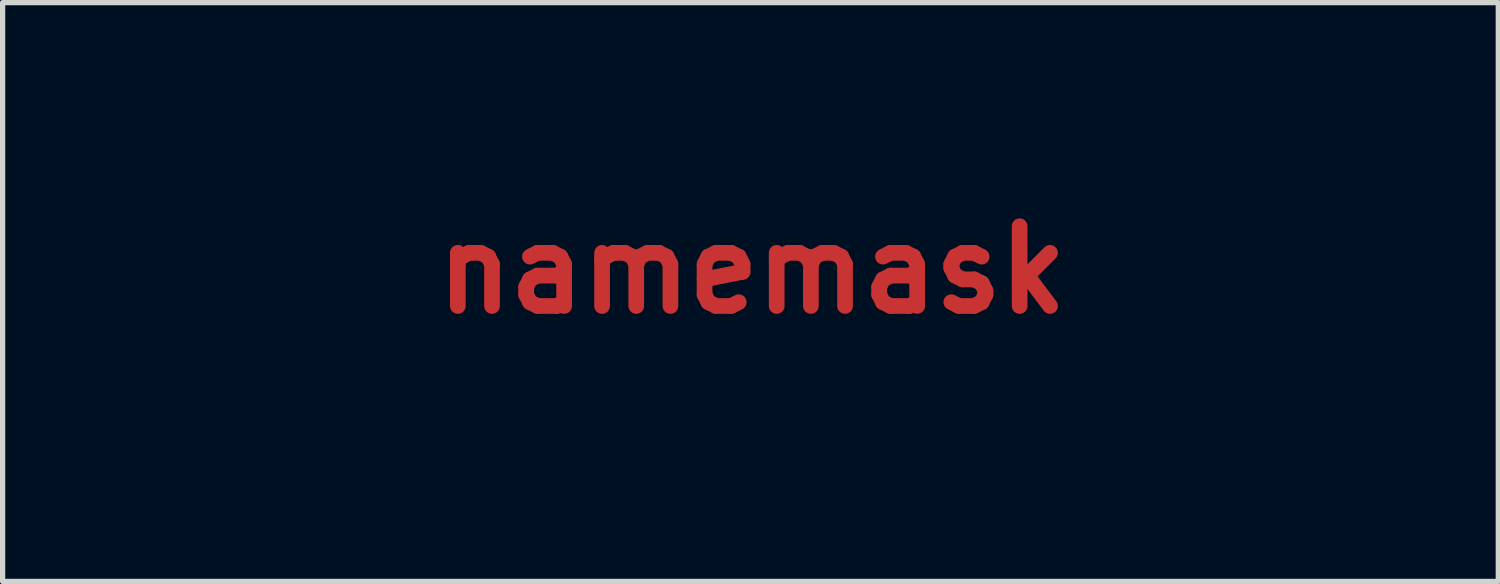
<source format=kicad_pcb>
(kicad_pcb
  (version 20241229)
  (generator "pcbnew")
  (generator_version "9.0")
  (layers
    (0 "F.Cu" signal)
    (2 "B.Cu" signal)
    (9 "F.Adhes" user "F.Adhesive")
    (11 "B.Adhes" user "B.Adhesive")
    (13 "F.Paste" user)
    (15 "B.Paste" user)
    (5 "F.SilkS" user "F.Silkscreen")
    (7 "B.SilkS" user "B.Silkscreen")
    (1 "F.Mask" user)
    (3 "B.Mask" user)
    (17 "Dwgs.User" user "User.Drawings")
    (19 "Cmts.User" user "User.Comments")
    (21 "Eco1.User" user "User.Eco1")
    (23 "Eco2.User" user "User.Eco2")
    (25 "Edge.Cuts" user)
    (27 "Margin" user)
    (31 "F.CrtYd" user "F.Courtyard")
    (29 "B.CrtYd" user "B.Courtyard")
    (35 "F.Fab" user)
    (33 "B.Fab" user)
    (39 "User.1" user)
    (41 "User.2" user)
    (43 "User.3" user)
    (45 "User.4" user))
  (footprint "namemask"
    (layer "F.Cu")
    (at 11.327 2.11)
    (property "Reference" "namemask" (at 0 0 0) (layer "F.Cu") (effects (font (size 1.524 1.524) (thickness 0.3))))
    (attr through_hole)
    (fp_poly (pts (xy -1.234 2.25) (xy -0.218 2.25) (xy -0.218 2.903) (xy -3.193 2.903) (xy -3.193 2.25) (xy -2.105 2.25) (xy -2.105 0.073) (xy -3.048 0.073) (xy -3.048 -0.581) (xy -1.234 -0.581) (xy -1.234 2.25)) (stroke (width 0.01) (type solid)) (fill yes) (layer "F.Mask"))
    (fp_poly (pts (xy 2.613 2.25) (xy 3.629 2.25) (xy 3.629 2.903) (xy 0.653 2.903) (xy 0.653 2.25) (xy 1.742 2.25) (xy 1.742 -1.234) (xy 0.798 -1.234) (xy 0.798 -1.887) (xy 2.613 -1.887) (xy 2.613 2.25)) (stroke (width 0.01) (type solid)) (fill yes) (layer "F.Mask"))
    (fp_poly (pts (xy -1.493 -2.042) (xy -1.308 -1.886) (xy -1.185 -1.685) (xy -1.161 -1.56) (xy -1.222 -1.356) (xy -1.375 -1.166) (xy -1.571 -1.041) (xy -1.692 -1.016) (xy -1.873 -1.06) (xy -2.058 -1.166) (xy -2.209 -1.361) (xy -2.245 -1.587) (xy -2.181 -1.809) (xy -2.031 -1.989) (xy -1.808 -2.093) (xy -1.692 -2.105) (xy -1.493 -2.042)) (stroke (width 0.01) (type solid)) (fill yes) (layer "F.Mask"))
    (fp_poly (pts (xy 5.298 0.673) (xy 5.3 1.152) (xy 5.308 1.507) (xy 5.324 1.76) (xy 5.349 1.931) (xy 5.385 2.043) (xy 5.411 2.088) (xy 5.584 2.232) (xy 5.801 2.243) (xy 6.051 2.122) (xy 6.241 1.959) (xy 6.531 1.669) (xy 6.531 -0.581) (xy 7.402 -0.581) (xy 7.402 2.903) (xy 7.048 2.903) (xy 6.835 2.897) (xy 6.724 2.861) (xy 6.672 2.772) (xy 6.649 2.673) (xy 6.603 2.443) (xy 6.439 2.597) (xy 6.107 2.825) (xy 5.731 2.945) (xy 5.35 2.951) (xy 5.012 2.843) (xy 4.849 2.743) (xy 4.725 2.629) (xy 4.633 2.479) (xy 4.57 2.275) (xy 4.531 1.996) (xy 4.509 1.622) (xy 4.5 1.133) (xy 4.499 0.818) (xy 4.499 -0.581) (xy 5.298 -0.581) (xy 5.298 0.673)) (stroke (width 0.01) (type solid)) (fill yes) (layer "F.Mask"))
    (fp_poly (pts (xy -4.499 1.306) (xy -3.846 1.306) (xy -3.846 2.032) (xy -4.499 2.032) (xy -4.499 2.903) (xy -5.37 2.903) (xy -5.37 2.032) (xy -7.402 2.032) (xy -7.402 1.673) (xy -7.397 1.547) (xy -7.375 1.422) (xy -7.337 1.306) (xy -6.599 1.306) (xy -5.298 1.306) (xy -5.298 0.311) (xy -5.3 -0.088) (xy -5.307 -0.359) (xy -5.321 -0.522) (xy -5.345 -0.594) (xy -5.379 -0.593) (xy -5.395 -0.578) (xy -5.467 -0.48) (xy -5.599 -0.284) (xy -5.773 -0.015) (xy -5.973 0.301) (xy -6.046 0.417) (xy -6.599 1.306) (xy -7.337 1.306) (xy -7.328 1.279) (xy -7.245 1.098) (xy -7.118 0.861) (xy -6.938 0.548) (xy -6.695 0.14) (xy -6.55 -0.102) (xy -5.697 -1.518) (xy -5.098 -1.521) (xy -4.499 -1.524) (xy -4.499 1.306)) (stroke (width 0.01) (type solid)) (fill yes) (layer "F.Mask"))
    (fp_poly (pts (xy 10.369 -0.626) (xy 10.701 -0.51) (xy 10.971 -0.29) (xy 11.083 -0.126) (xy 11.129 -0.019) (xy 11.164 0.123) (xy 11.19 0.323) (xy 11.21 0.601) (xy 11.224 0.98) (xy 11.235 1.482) (xy 11.236 1.506) (xy 11.262 2.903) (xy 10.378 2.903) (xy 10.378 1.608) (xy 10.376 1.139) (xy 10.371 0.794) (xy 10.36 0.551) (xy 10.341 0.388) (xy 10.311 0.284) (xy 10.27 0.218) (xy 10.245 0.193) (xy 10.061 0.089) (xy 9.858 0.105) (xy 9.618 0.245) (xy 9.469 0.372) (xy 9.144 0.672) (xy 9.144 2.903) (xy 8.346 2.903) (xy 8.346 -0.581) (xy 8.709 -0.581) (xy 8.923 -0.576) (xy 9.03 -0.547) (xy 9.067 -0.47) (xy 9.071 -0.356) (xy 9.071 -0.132) (xy 9.287 -0.314) (xy 9.634 -0.531) (xy 10.004 -0.634) (xy 10.369 -0.626)) (stroke (width 0.01) (type solid)) (fill yes) (layer "F.Mask"))
    (fp_poly (pts (xy -10.417 0.619) (xy -10.369 1.012) (xy -10.323 1.344) (xy -10.281 1.593) (xy -10.248 1.737) (xy -10.23 1.762) (xy -10.189 1.672) (xy -10.118 1.476) (xy -10.03 1.207) (xy -9.976 1.031) (xy -9.772 0.356) (xy -9.446 0.378) (xy -9.119 0.399) (xy -8.862 1.161) (xy -8.606 1.923) (xy -8.521 1.161) (xy -8.478 0.776) (xy -8.435 0.382) (xy -8.399 0.041) (xy -8.385 -0.091) (xy -8.334 -0.581) (xy -7.977 -0.581) (xy -7.76 -0.572) (xy -7.653 -0.537) (xy -7.621 -0.464) (xy -7.62 -0.445) (xy -7.63 -0.335) (xy -7.657 -0.104) (xy -7.699 0.224) (xy -7.752 0.626) (xy -7.815 1.078) (xy -7.838 1.243) (xy -7.902 1.702) (xy -7.958 2.112) (xy -8.004 2.451) (xy -8.037 2.699) (xy -8.054 2.832) (xy -8.055 2.848) (xy -8.122 2.876) (xy -8.295 2.896) (xy -8.525 2.903) (xy -8.994 2.903) (xy -9.234 2.133) (xy -9.474 1.362) (xy -9.692 2.114) (xy -9.911 2.867) (xy -10.387 2.888) (xy -10.863 2.909) (xy -11.093 1.255) (xy -11.159 0.778) (xy -11.217 0.347) (xy -11.265 -0.016) (xy -11.3 -0.291) (xy -11.319 -0.455) (xy -11.322 -0.49) (xy -11.254 -0.551) (xy -11.048 -0.578) (xy -10.937 -0.581) (xy -10.553 -0.581) (xy -10.417 0.619)) (stroke (width 0.01) (type solid)) (fill yes) (layer "F.Mask")))
  (gr_rect
    (start -3 -3)
    (end 25.594 8.066)
    (stroke (width 0.1) (type default))
    (fill no)
    (layer "Edge.Cuts")))
</source>
